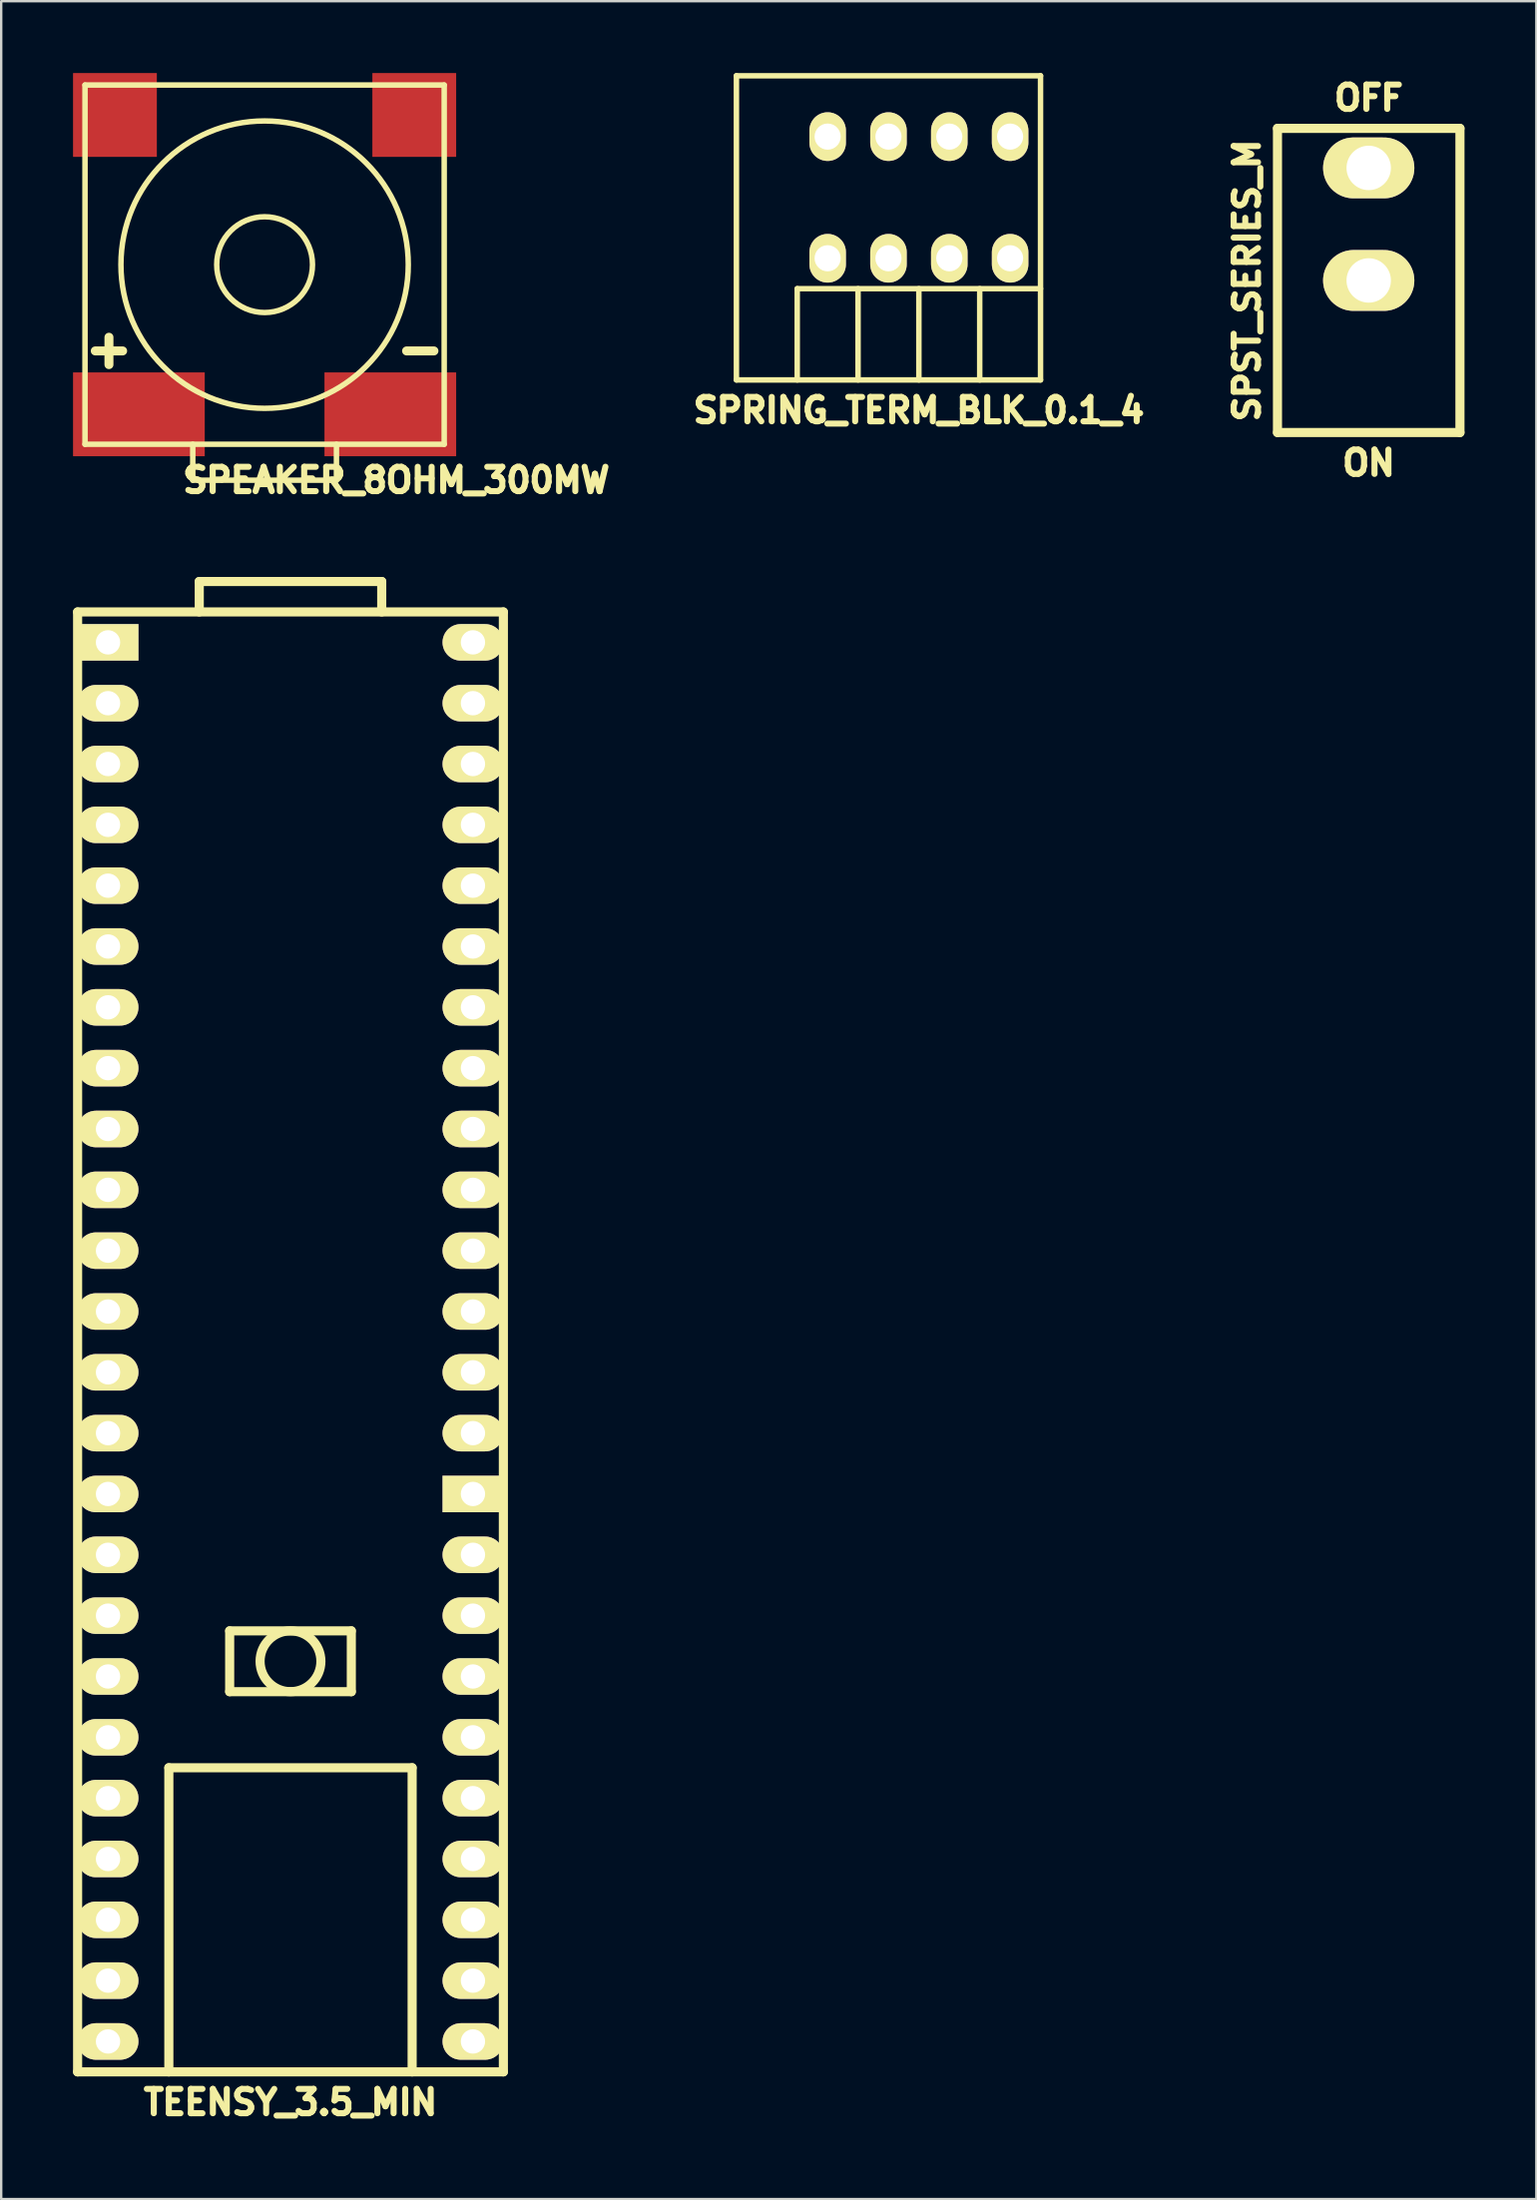
<source format=kicad_pcb>
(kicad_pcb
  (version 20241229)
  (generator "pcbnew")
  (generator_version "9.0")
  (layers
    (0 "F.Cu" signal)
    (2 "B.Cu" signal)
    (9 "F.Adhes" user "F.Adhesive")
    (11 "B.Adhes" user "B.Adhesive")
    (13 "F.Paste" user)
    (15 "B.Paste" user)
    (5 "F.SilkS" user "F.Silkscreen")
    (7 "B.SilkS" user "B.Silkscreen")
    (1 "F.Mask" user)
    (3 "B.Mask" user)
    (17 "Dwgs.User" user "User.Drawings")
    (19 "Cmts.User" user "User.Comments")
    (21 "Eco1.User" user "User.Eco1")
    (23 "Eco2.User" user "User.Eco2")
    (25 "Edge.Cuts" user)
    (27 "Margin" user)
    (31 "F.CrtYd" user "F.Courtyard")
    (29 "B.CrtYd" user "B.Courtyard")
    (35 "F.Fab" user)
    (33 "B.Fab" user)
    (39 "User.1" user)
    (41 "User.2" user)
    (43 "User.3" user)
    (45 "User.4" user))
  (footprint "SPST_SERIES_M"
    (layer "F.Cu")
    (at 54.108 8.66)
    (property "Reference" "SPST_SERIES_M" (at -5.08 0 90) (layer "F.SilkS") (effects (font (size 1.016 1.016) (thickness 0.254))))
    (attr through_hole)
    (fp_line (start -3.81 -6.35) (end -3.81 6.35) (stroke (width 0.381) (type solid)) (layer "F.SilkS"))
    (fp_line (start -3.81 6.35) (end 3.81 6.35) (stroke (width 0.381) (type solid)) (layer "F.SilkS"))
    (fp_line (start 3.81 -6.35) (end -3.81 -6.35) (stroke (width 0.381) (type solid)) (layer "F.SilkS"))
    (fp_line (start 3.81 6.35) (end 3.81 -6.35) (stroke (width 0.381) (type solid)) (layer "F.SilkS"))
    (fp_text user "ON" (at 0 7.62 0) (layer "F.SilkS") (effects (font (size 1.016 1.016) (thickness 0.254))))
    (fp_text user "OFF" (at 0 -7.62 0) (layer "F.SilkS") (effects (font (size 1.016 1.016) (thickness 0.254))))
    (pad "2" thru_hole oval (at 0 0) (size 3.81 2.54) (drill 1.854) (layers "*.Cu" "*.Mask" "F.SilkS"))
    (pad "3" thru_hole oval (at 0 -4.699) (size 3.81 2.54) (drill 1.854) (layers "*.Cu" "*.Mask" "F.SilkS")))
  (footprint "SPRING_TERM_BLK_0.1_4"
    (layer "F.Cu")
    (at 35.323 5.194)
    (property "Reference" "SPRING_TERM_BLK_0.1_4" (at 0 8.89 0) (layer "F.SilkS") (effects (font (size 1.016 1.016) (thickness 0.254))))
    (attr through_hole)
    (fp_line (start -7.62 -5.08) (end -7.62 7.62) (stroke (width 0.229) (type solid)) (layer "F.SilkS"))
    (fp_line (start -7.62 7.62) (end 5.08 7.62) (stroke (width 0.229) (type solid)) (layer "F.SilkS"))
    (fp_line (start -5.08 3.81) (end -5.08 7.62) (stroke (width 0.229) (type solid)) (layer "F.SilkS"))
    (fp_line (start -2.54 3.81) (end -2.54 7.62) (stroke (width 0.229) (type solid)) (layer "F.SilkS"))
    (fp_line (start 0 3.81) (end 0 7.62) (stroke (width 0.229) (type solid)) (layer "F.SilkS"))
    (fp_line (start 2.54 3.81) (end 2.54 7.62) (stroke (width 0.229) (type solid)) (layer "F.SilkS"))
    (fp_line (start 5.08 -5.08) (end -7.62 -5.08) (stroke (width 0.229) (type solid)) (layer "F.SilkS"))
    (fp_line (start 5.08 3.81) (end -5.08 3.81) (stroke (width 0.229) (type solid)) (layer "F.SilkS"))
    (fp_line (start 5.08 7.62) (end 5.08 -5.08) (stroke (width 0.229) (type solid)) (layer "F.SilkS"))
    (pad "1" thru_hole oval (at 3.81 -2.54) (size 1.524 2.032) (drill 1.092) (layers "*.Cu" "*.Mask" "F.SilkS"))
    (pad "1" thru_hole oval (at 3.81 2.54) (size 1.524 2.032) (drill 1.092) (layers "*.Cu" "*.Mask" "F.SilkS"))
    (pad "2" thru_hole oval (at 1.27 -2.54) (size 1.524 2.032) (drill 1.092) (layers "*.Cu" "*.Mask" "F.SilkS"))
    (pad "2" thru_hole oval (at 1.27 2.54) (size 1.524 2.032) (drill 1.092) (layers "*.Cu" "*.Mask" "F.SilkS"))
    (pad "3" thru_hole oval (at -1.27 -2.54) (size 1.524 2.032) (drill 1.092) (layers "*.Cu" "*.Mask" "F.SilkS"))
    (pad "3" thru_hole oval (at -1.27 2.54) (size 1.524 2.032) (drill 1.092) (layers "*.Cu" "*.Mask" "F.SilkS"))
    (pad "4" thru_hole oval (at -3.81 -2.54) (size 1.524 2.032) (drill 1.092) (layers "*.Cu" "*.Mask" "F.SilkS"))
    (pad "4" thru_hole oval (at -3.81 2.54) (size 1.524 2.032) (drill 1.092) (layers "*.Cu" "*.Mask" "F.SilkS")))
  (footprint "TEENSY_3.5_MIN"
    (layer "F.Cu")
    (at 9.081 40.281)
    (property "Reference" "TEENSY_3.5_MIN" (at 0 44.45 0) (layer "F.SilkS") (effects (font (size 1.016 1.016) (thickness 0.254))))
    (attr through_hole)
    (fp_line (start -8.89 -17.78) (end -8.89 43.18) (stroke (width 0.381) (type solid)) (layer "F.SilkS"))
    (fp_line (start -8.89 43.18) (end 8.89 43.18) (stroke (width 0.381) (type solid)) (layer "F.SilkS"))
    (fp_line (start -5.08 30.48) (end 5.08 30.48) (stroke (width 0.381) (type solid)) (layer "F.SilkS"))
    (fp_line (start -5.08 43.18) (end -5.08 30.48) (stroke (width 0.381) (type solid)) (layer "F.SilkS"))
    (fp_line (start -3.81 -19.05) (end 3.81 -19.05) (stroke (width 0.381) (type solid)) (layer "F.SilkS"))
    (fp_line (start -3.81 -17.78) (end -3.81 -19.05) (stroke (width 0.381) (type solid)) (layer "F.SilkS"))
    (fp_line (start -2.54 24.765) (end -2.54 27.305) (stroke (width 0.381) (type solid)) (layer "F.SilkS"))
    (fp_line (start -2.54 27.305) (end 2.54 27.305) (stroke (width 0.381) (type solid)) (layer "F.SilkS"))
    (fp_line (start 2.54 24.765) (end -2.54 24.765) (stroke (width 0.381) (type solid)) (layer "F.SilkS"))
    (fp_line (start 2.54 27.305) (end 2.54 24.765) (stroke (width 0.381) (type solid)) (layer "F.SilkS"))
    (fp_line (start 3.81 -19.05) (end 3.81 -17.78) (stroke (width 0.381) (type solid)) (layer "F.SilkS"))
    (fp_line (start 5.08 30.48) (end 5.08 43.18) (stroke (width 0.381) (type solid)) (layer "F.SilkS"))
    (fp_line (start 8.89 -17.78) (end -8.89 -17.78) (stroke (width 0.381) (type solid)) (layer "F.SilkS"))
    (fp_line (start 8.89 -17.78) (end 8.89 43.18) (stroke (width 0.381) (type solid)) (layer "F.SilkS"))
    (fp_circle (center 0 26.035) (end 0 24.765) (stroke (width 0.381) (type solid)) (fill no) (layer "F.SilkS"))
    (pad "" thru_hole oval (at -7.62 19.05) (size 2.54 1.524) (drill 1.016) (layers "*.Cu" "*.Mask" "F.SilkS"))
    (pad "" thru_hole rect (at 7.62 19.05) (size 2.54 1.524) (drill 1.016) (layers "*.Cu" "*.Mask" "F.SilkS"))
    (pad "0" thru_hole oval (at -7.62 -13.97) (size 2.54 1.524) (drill 1.016) (layers "*.Cu" "*.Mask" "F.SilkS"))
    (pad "1" thru_hole oval (at -7.62 -11.43) (size 2.54 1.524) (drill 1.016) (layers "*.Cu" "*.Mask" "F.SilkS"))
    (pad "2" thru_hole oval (at -7.62 -8.89) (size 2.54 1.524) (drill 1.016) (layers "*.Cu" "*.Mask" "F.SilkS"))
    (pad "3" thru_hole oval (at -7.62 -6.35) (size 2.54 1.524) (drill 1.016) (layers "*.Cu" "*.Mask" "F.SilkS"))
    (pad "3V3" thru_hole oval (at 7.62 -11.43) (size 2.54 1.524) (drill 1.016) (layers "*.Cu" "*.Mask" "F.SilkS"))
    (pad "4" thru_hole oval (at -7.62 -3.81) (size 2.54 1.524) (drill 1.016) (layers "*.Cu" "*.Mask" "F.SilkS"))
    (pad "5" thru_hole oval (at -7.62 -1.27) (size 2.54 1.524) (drill 1.016) (layers "*.Cu" "*.Mask" "F.SilkS"))
    (pad "6" thru_hole oval (at -7.62 1.27) (size 2.54 1.524) (drill 1.016) (layers "*.Cu" "*.Mask" "F.SilkS"))
    (pad "7" thru_hole oval (at -7.62 3.81) (size 2.54 1.524) (drill 1.016) (layers "*.Cu" "*.Mask" "F.SilkS"))
    (pad "8" thru_hole oval (at -7.62 6.35) (size 2.54 1.524) (drill 1.016) (layers "*.Cu" "*.Mask" "F.SilkS"))
    (pad "9" thru_hole oval (at -7.62 8.89) (size 2.54 1.524) (drill 1.016) (layers "*.Cu" "*.Mask" "F.SilkS"))
    (pad "10" thru_hole oval (at -7.62 11.43) (size 2.54 1.524) (drill 1.016) (layers "*.Cu" "*.Mask" "F.SilkS"))
    (pad "11" thru_hole oval (at -7.62 13.97) (size 2.54 1.524) (drill 1.016) (layers "*.Cu" "*.Mask" "F.SilkS"))
    (pad "12" thru_hole oval (at -7.62 16.51) (size 2.54 1.524) (drill 1.016) (layers "*.Cu" "*.Mask" "F.SilkS"))
    (pad "13" thru_hole oval (at 7.62 16.51) (size 2.54 1.524) (drill 1.016) (layers "*.Cu" "*.Mask" "F.SilkS"))
    (pad "14" thru_hole oval (at 7.62 13.97) (size 2.54 1.524) (drill 1.016) (layers "*.Cu" "*.Mask" "F.SilkS"))
    (pad "15" thru_hole oval (at 7.62 11.43) (size 2.54 1.524) (drill 1.016) (layers "*.Cu" "*.Mask" "F.SilkS"))
    (pad "16" thru_hole oval (at 7.62 8.89) (size 2.54 1.524) (drill 1.016) (layers "*.Cu" "*.Mask" "F.SilkS"))
    (pad "17" thru_hole oval (at 7.62 6.35) (size 2.54 1.524) (drill 1.016) (layers "*.Cu" "*.Mask" "F.SilkS"))
    (pad "18" thru_hole oval (at 7.62 3.81) (size 2.54 1.524) (drill 1.016) (layers "*.Cu" "*.Mask" "F.SilkS"))
    (pad "19" thru_hole oval (at 7.62 1.27) (size 2.54 1.524) (drill 1.016) (layers "*.Cu" "*.Mask" "F.SilkS"))
    (pad "20" thru_hole oval (at 7.62 -1.27) (size 2.54 1.524) (drill 1.016) (layers "*.Cu" "*.Mask" "F.SilkS"))
    (pad "21" thru_hole oval (at 7.62 -3.81) (size 2.54 1.524) (drill 1.016) (layers "*.Cu" "*.Mask" "F.SilkS"))
    (pad "22" thru_hole oval (at 7.62 -6.35) (size 2.54 1.524) (drill 1.016) (layers "*.Cu" "*.Mask" "F.SilkS"))
    (pad "23" thru_hole oval (at 7.62 -8.89) (size 2.54 1.524) (drill 1.016) (layers "*.Cu" "*.Mask" "F.SilkS"))
    (pad "24" thru_hole oval (at -7.62 21.59) (size 2.54 1.524) (drill 1.016) (layers "*.Cu" "*.Mask" "F.SilkS"))
    (pad "25" thru_hole oval (at -7.62 24.13) (size 2.54 1.524) (drill 1.016) (layers "*.Cu" "*.Mask" "F.SilkS"))
    (pad "26" thru_hole oval (at -7.62 26.67) (size 2.54 1.524) (drill 1.016) (layers "*.Cu" "*.Mask" "F.SilkS"))
    (pad "27" thru_hole oval (at -7.62 29.21) (size 2.54 1.524) (drill 1.016) (layers "*.Cu" "*.Mask" "F.SilkS"))
    (pad "28" thru_hole oval (at -7.62 31.75) (size 2.54 1.524) (drill 1.016) (layers "*.Cu" "*.Mask" "F.SilkS"))
    (pad "29" thru_hole oval (at -7.62 34.29) (size 2.54 1.524) (drill 1.016) (layers "*.Cu" "*.Mask" "F.SilkS"))
    (pad "30" thru_hole oval (at -7.62 36.83) (size 2.54 1.524) (drill 1.016) (layers "*.Cu" "*.Mask" "F.SilkS"))
    (pad "31" thru_hole oval (at -7.62 39.37) (size 2.54 1.524) (drill 1.016) (layers "*.Cu" "*.Mask" "F.SilkS"))
    (pad "32" thru_hole oval (at -7.62 41.91) (size 2.54 1.524) (drill 1.016) (layers "*.Cu" "*.Mask" "F.SilkS"))
    (pad "33" thru_hole oval (at 7.62 41.91) (size 2.54 1.524) (drill 1.016) (layers "*.Cu" "*.Mask" "F.SilkS"))
    (pad "34" thru_hole oval (at 7.62 39.37) (size 2.54 1.524) (drill 1.016) (layers "*.Cu" "*.Mask" "F.SilkS"))
    (pad "35" thru_hole oval (at 7.62 36.83) (size 2.54 1.524) (drill 1.016) (layers "*.Cu" "*.Mask" "F.SilkS"))
    (pad "36" thru_hole oval (at 7.62 34.29) (size 2.54 1.524) (drill 1.016) (layers "*.Cu" "*.Mask" "F.SilkS"))
    (pad "37" thru_hole oval (at 7.62 31.75) (size 2.54 1.524) (drill 1.016) (layers "*.Cu" "*.Mask" "F.SilkS"))
    (pad "38" thru_hole oval (at 7.62 29.21) (size 2.54 1.524) (drill 1.016) (layers "*.Cu" "*.Mask" "F.SilkS"))
    (pad "39" thru_hole oval (at 7.62 26.67) (size 2.54 1.524) (drill 1.016) (layers "*.Cu" "*.Mask" "F.SilkS"))
    (pad "A21" thru_hole oval (at 7.62 24.13) (size 2.54 1.524) (drill 1.016) (layers "*.Cu" "*.Mask" "F.SilkS"))
    (pad "A22" thru_hole oval (at 7.62 21.59) (size 2.54 1.524) (drill 1.016) (layers "*.Cu" "*.Mask" "F.SilkS"))
    (pad "AGND" thru_hole oval (at 7.62 -13.97) (size 2.54 1.524) (drill 1.016) (layers "*.Cu" "*.Mask" "F.SilkS"))
    (pad "GND" thru_hole rect (at -7.62 -16.51) (size 2.54 1.524) (drill 1.016) (layers "*.Cu" "*.Mask" "F.SilkS"))
    (pad "V_IN" thru_hole oval (at 7.62 -16.51) (size 2.54 1.524) (drill 1.016) (layers "*.Cu" "*.Mask" "F.SilkS")))
  (footprint "SPEAKER_8OHM_300MW"
    (layer "F.Cu")
    (at 8 8)
    (property "Reference" "SPEAKER_8OHM_300MW" (at 5.5 9 0) (layer "F.SilkS") (effects (font (size 1.016 1.016) (thickness 0.254))))
    (attr through_hole)
    (fp_line (start -7.5 -7.5) (end 7.5 -7.5) (stroke (width 0.229) (type solid)) (layer "F.SilkS"))
    (fp_line (start -7.5 7.5) (end -7.5 -7.5) (stroke (width 0.229) (type solid)) (layer "F.SilkS"))
    (fp_line (start -3 7.5) (end -3 9) (stroke (width 0.229) (type solid)) (layer "F.SilkS"))
    (fp_line (start -3 9) (end 3 9) (stroke (width 0.229) (type solid)) (layer "F.SilkS"))
    (fp_line (start 3 9) (end 3 7.5) (stroke (width 0.229) (type solid)) (layer "F.SilkS"))
    (fp_line (start 7.5 -7.5) (end 7.5 7.5) (stroke (width 0.229) (type solid)) (layer "F.SilkS"))
    (fp_line (start 7.5 7.5) (end -7.5 7.5) (stroke (width 0.229) (type solid)) (layer "F.SilkS"))
    (fp_circle (center 0 0) (end 2 0) (stroke (width 0.229) (type solid)) (fill no) (layer "F.SilkS"))
    (fp_circle (center 0 0) (end 6 0) (stroke (width 0.229) (type solid)) (fill no) (layer "F.SilkS"))
    (fp_text user "-" (at 6.5 3.5 0) (layer "F.SilkS") (effects (font (size 1.5 1.5) (thickness 0.375))))
    (fp_text user "+" (at -6.5 3.5 0) (layer "F.SilkS") (effects (font (size 1.5 1.5) (thickness 0.375))))
    (pad "" smd rect (at -6.25 -6.25) (size 3.5 3.5) (layers "F.Cu" "F.Mask" "F.Paste"))
    (pad "" smd rect (at 6.25 -6.25) (size 3.5 3.5) (layers "F.Cu" "F.Mask" "F.Paste"))
    (pad "1" smd rect (at -5.25 6.25) (size 5.5 3.5) (layers "F.Cu" "F.Mask" "F.Paste"))
    (pad "2" smd rect (at 5.25 6.25) (size 5.5 3.5) (layers "F.Cu" "F.Mask" "F.Paste")))
  (gr_rect
    (start -3 -3)
    (end 61.109 88.771)
    (stroke (width 0.1) (type default))
    (fill no)
    (layer "Edge.Cuts")))
</source>
